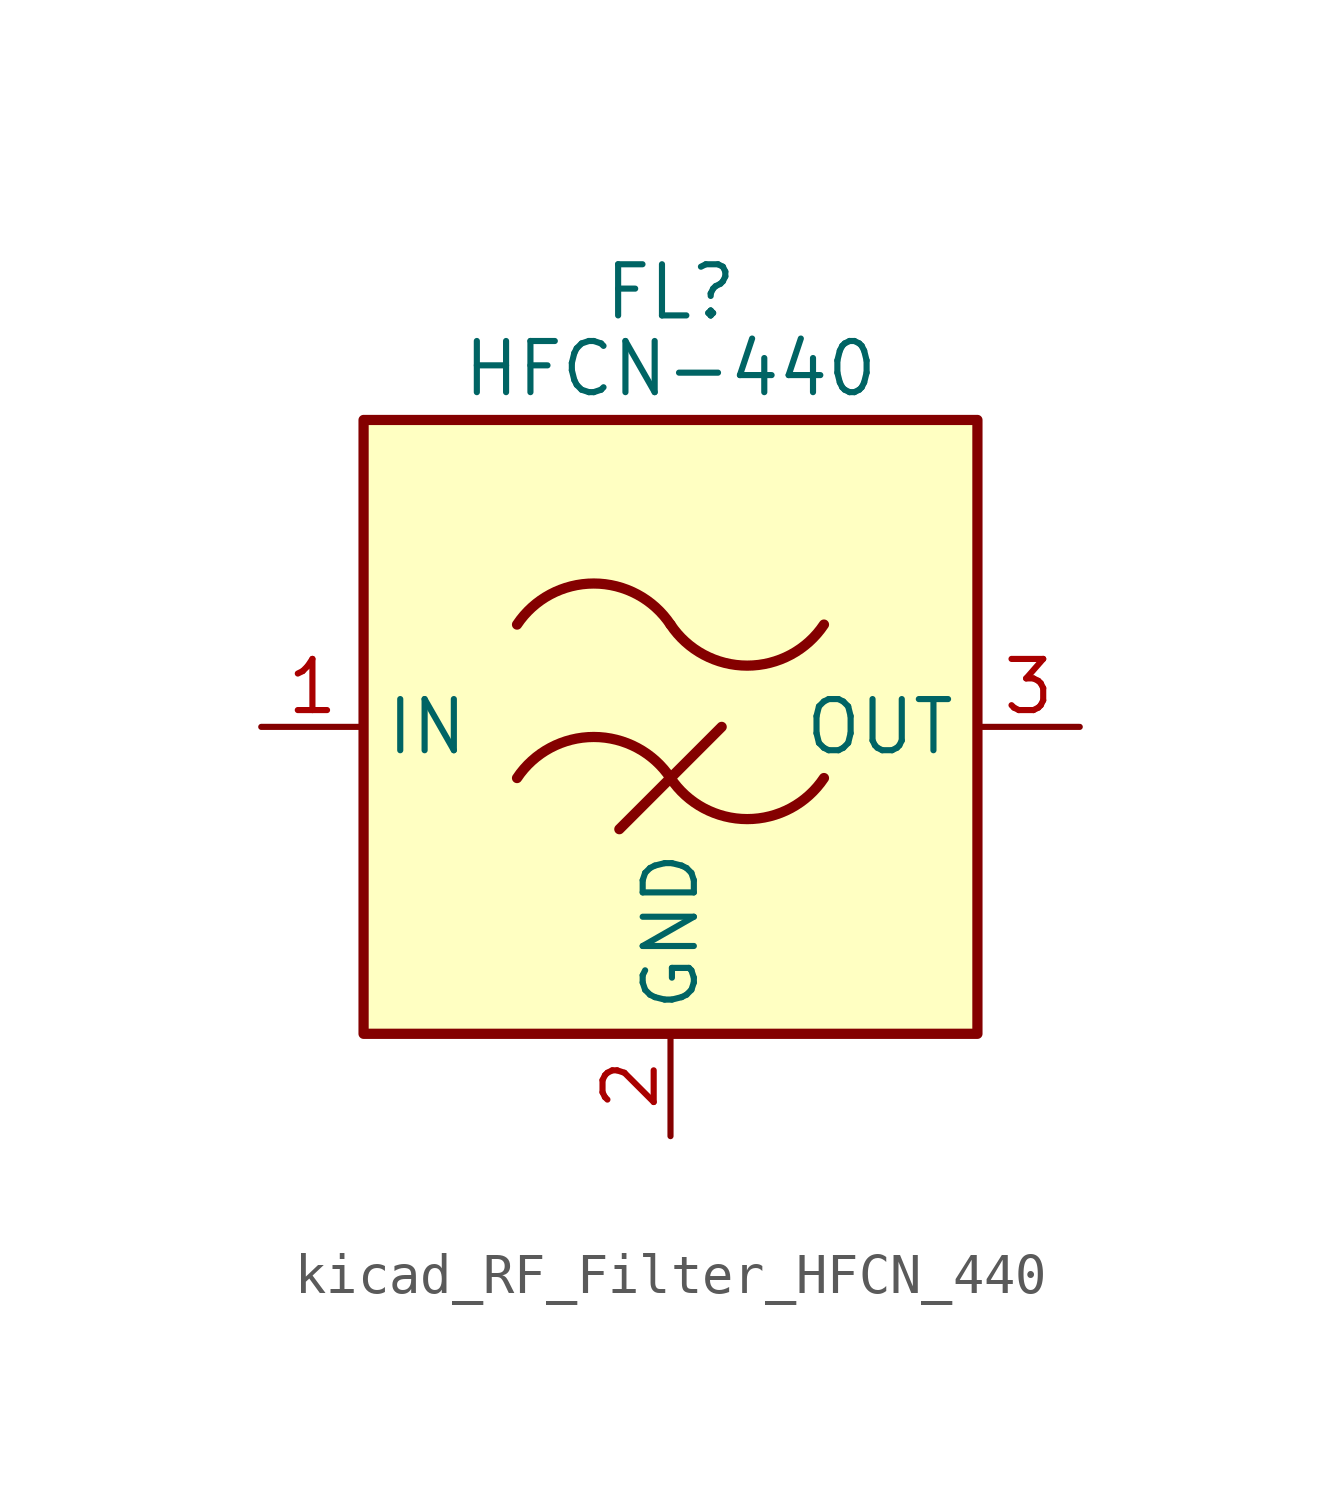
<source format=kicad_sym>
(kicad_symbol_lib
  (version 20220914)
  (generator kicad_symbol_editor)
  (symbol "kicad_RF_Filter_HFCN_440"
    (property "Reference" "FL"
      (at 0 10.795 0)
      (effects (font (size 1.27 1.27))))
    (property "Value" "HFCN-440"
      (at 0 8.89 0)
      (effects (font (size 1.27 1.27))))
    (symbol "kicad_RF_Filter_HFCN_440_0_1"
      (rectangle (start -7.62 7.62) (end 7.62 -7.62) (stroke (width 0.254) (type default)) (fill (type background)))
      (arc (start 0 -1.27) (mid -1.905 -0.2505) (end -3.81 -1.27) (stroke (width 0.254) (type default)) (fill (type none)))
      (arc (start 0 -1.27) (mid 1.905 -2.2895) (end 3.81 -1.27) (stroke (width 0.254) (type default)) (fill (type none)))
      (polyline (pts (xy -1.27 -2.54) (xy 1.27 0)) (stroke (width 0.254) (type default)) (fill (type none)))
      (arc (start 0 2.54) (mid -1.905 3.5595) (end -3.81 2.54) (stroke (width 0.254) (type default)) (fill (type none)))
      (arc (start 0 2.54) (mid 1.905 1.5205) (end 3.81 2.54) (stroke (width 0.254) (type default)) (fill (type none))))
    (symbol "kicad_RF_Filter_HFCN_440_1_1"
      (pin passive line (at -10.16 0 0) (length 2.54) (name "IN" (effects (font (size 1.27 1.27)))) (number "1" (effects (font (size 1.27 1.27)))))
      (pin passive line (at 0 -10.16 90) (length 2.54) (name "GND" (effects (font (size 1.27 1.27)))) (number "2" (effects (font (size 1.27 1.27)))))
      (pin passive line (at 10.16 0 180) (length 2.54) (name "OUT" (effects (font (size 1.27 1.27)))) (number "3" (effects (font (size 1.27 1.27)))))
      (pin passive line (at 0 -10.16 90) (length 2.54) hide (name "GND" (effects (font (size 1.27 1.27)))) (number "4" (effects (font (size 1.27 1.27))))))))
</source>
